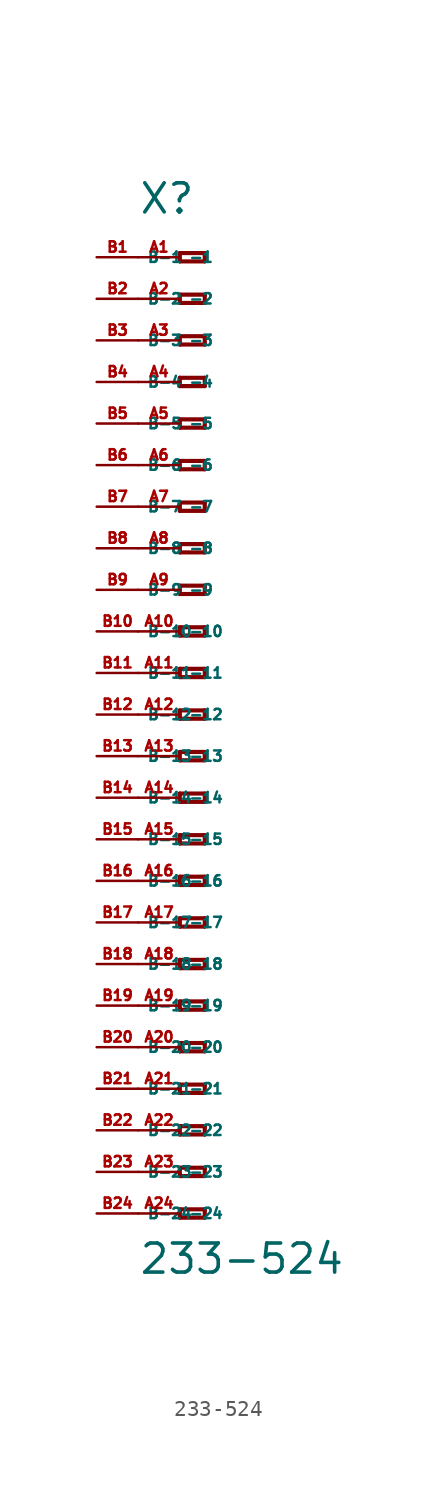
<source format=kicad_sym>
(kicad_symbol_lib
  (version 20220914)
  (generator Eagle2Kicad)
  (symbol "233-524"
    (property "Reference" "X"
      (at -5.08 30.48 0)
      (effects (font (size 1.778 1.778) (thickness 0.22)) (justify left bottom)))
    (property "Value" "233-524"
      (at -5.08 -34.29 0)
      (effects (font (size 1.778 1.778) (thickness 0.22)) (justify left bottom)))
    (polyline
      (pts (xy -2.54 28.194) (xy -2.54 27.686))
      (stroke (width 0.254) (type default))
      (fill (type none)))
    (polyline
      (pts (xy -2.54 27.686) (xy -1.016 27.686))
      (stroke (width 0.254) (type default))
      (fill (type none)))
    (polyline
      (pts (xy -1.016 27.686) (xy -1.016 28.194))
      (stroke (width 0.254) (type default))
      (fill (type none)))
    (polyline
      (pts (xy -1.016 28.194) (xy -2.54 28.194))
      (stroke (width 0.254) (type default))
      (fill (type none)))
    (polyline
      (pts (xy -2.54 25.654) (xy -2.54 25.146))
      (stroke (width 0.254) (type default))
      (fill (type none)))
    (polyline
      (pts (xy -2.54 25.146) (xy -1.016 25.146))
      (stroke (width 0.254) (type default))
      (fill (type none)))
    (polyline
      (pts (xy -1.016 25.146) (xy -1.016 25.654))
      (stroke (width 0.254) (type default))
      (fill (type none)))
    (polyline
      (pts (xy -1.016 25.654) (xy -2.54 25.654))
      (stroke (width 0.254) (type default))
      (fill (type none)))
    (polyline
      (pts (xy -2.54 23.114) (xy -2.54 22.606))
      (stroke (width 0.254) (type default))
      (fill (type none)))
    (polyline
      (pts (xy -2.54 22.606) (xy -1.016 22.606))
      (stroke (width 0.254) (type default))
      (fill (type none)))
    (polyline
      (pts (xy -1.016 22.606) (xy -1.016 23.114))
      (stroke (width 0.254) (type default))
      (fill (type none)))
    (polyline
      (pts (xy -1.016 23.114) (xy -2.54 23.114))
      (stroke (width 0.254) (type default))
      (fill (type none)))
    (polyline
      (pts (xy -2.54 20.574) (xy -2.54 20.066))
      (stroke (width 0.254) (type default))
      (fill (type none)))
    (polyline
      (pts (xy -2.54 20.066) (xy -1.016 20.066))
      (stroke (width 0.254) (type default))
      (fill (type none)))
    (polyline
      (pts (xy -1.016 20.066) (xy -1.016 20.574))
      (stroke (width 0.254) (type default))
      (fill (type none)))
    (polyline
      (pts (xy -1.016 20.574) (xy -2.54 20.574))
      (stroke (width 0.254) (type default))
      (fill (type none)))
    (polyline
      (pts (xy -2.54 18.034) (xy -2.54 17.526))
      (stroke (width 0.254) (type default))
      (fill (type none)))
    (polyline
      (pts (xy -2.54 17.526) (xy -1.016 17.526))
      (stroke (width 0.254) (type default))
      (fill (type none)))
    (polyline
      (pts (xy -1.016 17.526) (xy -1.016 18.034))
      (stroke (width 0.254) (type default))
      (fill (type none)))
    (polyline
      (pts (xy -1.016 18.034) (xy -2.54 18.034))
      (stroke (width 0.254) (type default))
      (fill (type none)))
    (polyline
      (pts (xy -2.54 15.494) (xy -2.54 14.986))
      (stroke (width 0.254) (type default))
      (fill (type none)))
    (polyline
      (pts (xy -2.54 14.986) (xy -1.016 14.986))
      (stroke (width 0.254) (type default))
      (fill (type none)))
    (polyline
      (pts (xy -1.016 14.986) (xy -1.016 15.494))
      (stroke (width 0.254) (type default))
      (fill (type none)))
    (polyline
      (pts (xy -1.016 15.494) (xy -2.54 15.494))
      (stroke (width 0.254) (type default))
      (fill (type none)))
    (polyline
      (pts (xy -2.54 12.954) (xy -2.54 12.446))
      (stroke (width 0.254) (type default))
      (fill (type none)))
    (polyline
      (pts (xy -2.54 12.446) (xy -1.016 12.446))
      (stroke (width 0.254) (type default))
      (fill (type none)))
    (polyline
      (pts (xy -1.016 12.446) (xy -1.016 12.954))
      (stroke (width 0.254) (type default))
      (fill (type none)))
    (polyline
      (pts (xy -1.016 12.954) (xy -2.54 12.954))
      (stroke (width 0.254) (type default))
      (fill (type none)))
    (polyline
      (pts (xy -2.54 10.414) (xy -2.54 9.906))
      (stroke (width 0.254) (type default))
      (fill (type none)))
    (polyline
      (pts (xy -2.54 9.906) (xy -1.016 9.906))
      (stroke (width 0.254) (type default))
      (fill (type none)))
    (polyline
      (pts (xy -1.016 9.906) (xy -1.016 10.414))
      (stroke (width 0.254) (type default))
      (fill (type none)))
    (polyline
      (pts (xy -1.016 10.414) (xy -2.54 10.414))
      (stroke (width 0.254) (type default))
      (fill (type none)))
    (polyline
      (pts (xy -2.54 7.874) (xy -2.54 7.366))
      (stroke (width 0.254) (type default))
      (fill (type none)))
    (polyline
      (pts (xy -2.54 7.366) (xy -1.016 7.366))
      (stroke (width 0.254) (type default))
      (fill (type none)))
    (polyline
      (pts (xy -1.016 7.366) (xy -1.016 7.874))
      (stroke (width 0.254) (type default))
      (fill (type none)))
    (polyline
      (pts (xy -1.016 7.874) (xy -2.54 7.874))
      (stroke (width 0.254) (type default))
      (fill (type none)))
    (polyline
      (pts (xy -2.54 5.334) (xy -2.54 4.826))
      (stroke (width 0.254) (type default))
      (fill (type none)))
    (polyline
      (pts (xy -2.54 4.826) (xy -1.016 4.826))
      (stroke (width 0.254) (type default))
      (fill (type none)))
    (polyline
      (pts (xy -1.016 4.826) (xy -1.016 5.334))
      (stroke (width 0.254) (type default))
      (fill (type none)))
    (polyline
      (pts (xy -1.016 5.334) (xy -2.54 5.334))
      (stroke (width 0.254) (type default))
      (fill (type none)))
    (polyline
      (pts (xy -2.54 2.794) (xy -2.54 2.286))
      (stroke (width 0.254) (type default))
      (fill (type none)))
    (polyline
      (pts (xy -2.54 2.286) (xy -1.016 2.286))
      (stroke (width 0.254) (type default))
      (fill (type none)))
    (polyline
      (pts (xy -1.016 2.286) (xy -1.016 2.794))
      (stroke (width 0.254) (type default))
      (fill (type none)))
    (polyline
      (pts (xy -1.016 2.794) (xy -2.54 2.794))
      (stroke (width 0.254) (type default))
      (fill (type none)))
    (polyline
      (pts (xy -2.54 0.254) (xy -2.54 -0.254))
      (stroke (width 0.254) (type default))
      (fill (type none)))
    (polyline
      (pts (xy -2.54 -0.254) (xy -1.016 -0.254))
      (stroke (width 0.254) (type default))
      (fill (type none)))
    (polyline
      (pts (xy -1.016 -0.254) (xy -1.016 0.254))
      (stroke (width 0.254) (type default))
      (fill (type none)))
    (polyline
      (pts (xy -1.016 0.254) (xy -2.54 0.254))
      (stroke (width 0.254) (type default))
      (fill (type none)))
    (polyline
      (pts (xy -2.54 -2.286) (xy -2.54 -2.794))
      (stroke (width 0.254) (type default))
      (fill (type none)))
    (polyline
      (pts (xy -2.54 -2.794) (xy -1.016 -2.794))
      (stroke (width 0.254) (type default))
      (fill (type none)))
    (polyline
      (pts (xy -1.016 -2.794) (xy -1.016 -2.286))
      (stroke (width 0.254) (type default))
      (fill (type none)))
    (polyline
      (pts (xy -1.016 -2.286) (xy -2.54 -2.286))
      (stroke (width 0.254) (type default))
      (fill (type none)))
    (polyline
      (pts (xy -2.54 -4.826) (xy -2.54 -5.334))
      (stroke (width 0.254) (type default))
      (fill (type none)))
    (polyline
      (pts (xy -2.54 -5.334) (xy -1.016 -5.334))
      (stroke (width 0.254) (type default))
      (fill (type none)))
    (polyline
      (pts (xy -1.016 -5.334) (xy -1.016 -4.826))
      (stroke (width 0.254) (type default))
      (fill (type none)))
    (polyline
      (pts (xy -1.016 -4.826) (xy -2.54 -4.826))
      (stroke (width 0.254) (type default))
      (fill (type none)))
    (polyline
      (pts (xy -2.54 -7.366) (xy -2.54 -7.874))
      (stroke (width 0.254) (type default))
      (fill (type none)))
    (polyline
      (pts (xy -2.54 -7.874) (xy -1.016 -7.874))
      (stroke (width 0.254) (type default))
      (fill (type none)))
    (polyline
      (pts (xy -1.016 -7.874) (xy -1.016 -7.366))
      (stroke (width 0.254) (type default))
      (fill (type none)))
    (polyline
      (pts (xy -1.016 -7.366) (xy -2.54 -7.366))
      (stroke (width 0.254) (type default))
      (fill (type none)))
    (polyline
      (pts (xy -2.54 -9.906) (xy -2.54 -10.414))
      (stroke (width 0.254) (type default))
      (fill (type none)))
    (polyline
      (pts (xy -2.54 -10.414) (xy -1.016 -10.414))
      (stroke (width 0.254) (type default))
      (fill (type none)))
    (polyline
      (pts (xy -1.016 -10.414) (xy -1.016 -9.906))
      (stroke (width 0.254) (type default))
      (fill (type none)))
    (polyline
      (pts (xy -1.016 -9.906) (xy -2.54 -9.906))
      (stroke (width 0.254) (type default))
      (fill (type none)))
    (polyline
      (pts (xy -2.54 -12.446) (xy -2.54 -12.954))
      (stroke (width 0.254) (type default))
      (fill (type none)))
    (polyline
      (pts (xy -2.54 -12.954) (xy -1.016 -12.954))
      (stroke (width 0.254) (type default))
      (fill (type none)))
    (polyline
      (pts (xy -1.016 -12.954) (xy -1.016 -12.446))
      (stroke (width 0.254) (type default))
      (fill (type none)))
    (polyline
      (pts (xy -1.016 -12.446) (xy -2.54 -12.446))
      (stroke (width 0.254) (type default))
      (fill (type none)))
    (polyline
      (pts (xy -2.54 -14.986) (xy -2.54 -15.494))
      (stroke (width 0.254) (type default))
      (fill (type none)))
    (polyline
      (pts (xy -2.54 -15.494) (xy -1.016 -15.494))
      (stroke (width 0.254) (type default))
      (fill (type none)))
    (polyline
      (pts (xy -1.016 -15.494) (xy -1.016 -14.986))
      (stroke (width 0.254) (type default))
      (fill (type none)))
    (polyline
      (pts (xy -1.016 -14.986) (xy -2.54 -14.986))
      (stroke (width 0.254) (type default))
      (fill (type none)))
    (polyline
      (pts (xy -2.54 -17.526) (xy -2.54 -18.034))
      (stroke (width 0.254) (type default))
      (fill (type none)))
    (polyline
      (pts (xy -2.54 -18.034) (xy -1.016 -18.034))
      (stroke (width 0.254) (type default))
      (fill (type none)))
    (polyline
      (pts (xy -1.016 -18.034) (xy -1.016 -17.526))
      (stroke (width 0.254) (type default))
      (fill (type none)))
    (polyline
      (pts (xy -1.016 -17.526) (xy -2.54 -17.526))
      (stroke (width 0.254) (type default))
      (fill (type none)))
    (polyline
      (pts (xy -2.54 -20.066) (xy -2.54 -20.574))
      (stroke (width 0.254) (type default))
      (fill (type none)))
    (polyline
      (pts (xy -2.54 -20.574) (xy -1.016 -20.574))
      (stroke (width 0.254) (type default))
      (fill (type none)))
    (polyline
      (pts (xy -1.016 -20.574) (xy -1.016 -20.066))
      (stroke (width 0.254) (type default))
      (fill (type none)))
    (polyline
      (pts (xy -1.016 -20.066) (xy -2.54 -20.066))
      (stroke (width 0.254) (type default))
      (fill (type none)))
    (polyline
      (pts (xy -2.54 -22.606) (xy -2.54 -23.114))
      (stroke (width 0.254) (type default))
      (fill (type none)))
    (polyline
      (pts (xy -2.54 -23.114) (xy -1.016 -23.114))
      (stroke (width 0.254) (type default))
      (fill (type none)))
    (polyline
      (pts (xy -1.016 -23.114) (xy -1.016 -22.606))
      (stroke (width 0.254) (type default))
      (fill (type none)))
    (polyline
      (pts (xy -1.016 -22.606) (xy -2.54 -22.606))
      (stroke (width 0.254) (type default))
      (fill (type none)))
    (polyline
      (pts (xy -2.54 -25.146) (xy -2.54 -25.654))
      (stroke (width 0.254) (type default))
      (fill (type none)))
    (polyline
      (pts (xy -2.54 -25.654) (xy -1.016 -25.654))
      (stroke (width 0.254) (type default))
      (fill (type none)))
    (polyline
      (pts (xy -1.016 -25.654) (xy -1.016 -25.146))
      (stroke (width 0.254) (type default))
      (fill (type none)))
    (polyline
      (pts (xy -1.016 -25.146) (xy -2.54 -25.146))
      (stroke (width 0.254) (type default))
      (fill (type none)))
    (polyline
      (pts (xy -2.54 -27.686) (xy -2.54 -28.194))
      (stroke (width 0.254) (type default))
      (fill (type none)))
    (polyline
      (pts (xy -2.54 -28.194) (xy -1.016 -28.194))
      (stroke (width 0.254) (type default))
      (fill (type none)))
    (polyline
      (pts (xy -1.016 -28.194) (xy -1.016 -27.686))
      (stroke (width 0.254) (type default))
      (fill (type none)))
    (polyline
      (pts (xy -1.016 -27.686) (xy -2.54 -27.686))
      (stroke (width 0.254) (type default))
      (fill (type none)))
    (polyline
      (pts (xy -2.54 -30.226) (xy -2.54 -30.734))
      (stroke (width 0.254) (type default))
      (fill (type none)))
    (polyline
      (pts (xy -2.54 -30.734) (xy -1.016 -30.734))
      (stroke (width 0.254) (type default))
      (fill (type none)))
    (polyline
      (pts (xy -1.016 -30.734) (xy -1.016 -30.226))
      (stroke (width 0.254) (type default))
      (fill (type none)))
    (polyline
      (pts (xy -1.016 -30.226) (xy -2.54 -30.226))
      (stroke (width 0.254) (type default))
      (fill (type none)))
    (pin passive line
      (at -5.08 27.94 0)
      (length 2.54)
      (name "-1" (effects (font (size 0.635 0.635) (thickness 0.08)) (justify left bottom)))
      (number "A1" (effects (font (size 0.635 0.635) (thickness 0.08)) (justify left bottom))))
    (pin passive line
      (at -5.08 25.4 0)
      (length 2.54)
      (name "-2" (effects (font (size 0.635 0.635) (thickness 0.08)) (justify left bottom)))
      (number "A2" (effects (font (size 0.635 0.635) (thickness 0.08)) (justify left bottom))))
    (pin passive line
      (at -5.08 22.86 0)
      (length 2.54)
      (name "-3" (effects (font (size 0.635 0.635) (thickness 0.08)) (justify left bottom)))
      (number "A3" (effects (font (size 0.635 0.635) (thickness 0.08)) (justify left bottom))))
    (pin passive line
      (at -5.08 20.32 0)
      (length 2.54)
      (name "-4" (effects (font (size 0.635 0.635) (thickness 0.08)) (justify left bottom)))
      (number "A4" (effects (font (size 0.635 0.635) (thickness 0.08)) (justify left bottom))))
    (pin passive line
      (at -5.08 17.78 0)
      (length 2.54)
      (name "-5" (effects (font (size 0.635 0.635) (thickness 0.08)) (justify left bottom)))
      (number "A5" (effects (font (size 0.635 0.635) (thickness 0.08)) (justify left bottom))))
    (pin passive line
      (at -5.08 15.24 0)
      (length 2.54)
      (name "-6" (effects (font (size 0.635 0.635) (thickness 0.08)) (justify left bottom)))
      (number "A6" (effects (font (size 0.635 0.635) (thickness 0.08)) (justify left bottom))))
    (pin passive line
      (at -5.08 12.7 0)
      (length 2.54)
      (name "-7" (effects (font (size 0.635 0.635) (thickness 0.08)) (justify left bottom)))
      (number "A7" (effects (font (size 0.635 0.635) (thickness 0.08)) (justify left bottom))))
    (pin passive line
      (at -5.08 10.16 0)
      (length 2.54)
      (name "-8" (effects (font (size 0.635 0.635) (thickness 0.08)) (justify left bottom)))
      (number "A8" (effects (font (size 0.635 0.635) (thickness 0.08)) (justify left bottom))))
    (pin passive line
      (at -5.08 7.62 0)
      (length 2.54)
      (name "-9" (effects (font (size 0.635 0.635) (thickness 0.08)) (justify left bottom)))
      (number "A9" (effects (font (size 0.635 0.635) (thickness 0.08)) (justify left bottom))))
    (pin passive line
      (at -5.08 5.08 0)
      (length 2.54)
      (name "-10" (effects (font (size 0.635 0.635) (thickness 0.08)) (justify left bottom)))
      (number "A10" (effects (font (size 0.635 0.635) (thickness 0.08)) (justify left bottom))))
    (pin passive line
      (at -5.08 2.54 0)
      (length 2.54)
      (name "-11" (effects (font (size 0.635 0.635) (thickness 0.08)) (justify left bottom)))
      (number "A11" (effects (font (size 0.635 0.635) (thickness 0.08)) (justify left bottom))))
    (pin passive line
      (at -5.08 0 0)
      (length 2.54)
      (name "-12" (effects (font (size 0.635 0.635) (thickness 0.08)) (justify left bottom)))
      (number "A12" (effects (font (size 0.635 0.635) (thickness 0.08)) (justify left bottom))))
    (pin passive line
      (at -5.08 -2.54 0)
      (length 2.54)
      (name "-13" (effects (font (size 0.635 0.635) (thickness 0.08)) (justify left bottom)))
      (number "A13" (effects (font (size 0.635 0.635) (thickness 0.08)) (justify left bottom))))
    (pin passive line
      (at -5.08 -5.08 0)
      (length 2.54)
      (name "-14" (effects (font (size 0.635 0.635) (thickness 0.08)) (justify left bottom)))
      (number "A14" (effects (font (size 0.635 0.635) (thickness 0.08)) (justify left bottom))))
    (pin passive line
      (at -5.08 -7.62 0)
      (length 2.54)
      (name "-15" (effects (font (size 0.635 0.635) (thickness 0.08)) (justify left bottom)))
      (number "A15" (effects (font (size 0.635 0.635) (thickness 0.08)) (justify left bottom))))
    (pin passive line
      (at -5.08 -10.16 0)
      (length 2.54)
      (name "-16" (effects (font (size 0.635 0.635) (thickness 0.08)) (justify left bottom)))
      (number "A16" (effects (font (size 0.635 0.635) (thickness 0.08)) (justify left bottom))))
    (pin passive line
      (at -5.08 -12.7 0)
      (length 2.54)
      (name "-17" (effects (font (size 0.635 0.635) (thickness 0.08)) (justify left bottom)))
      (number "A17" (effects (font (size 0.635 0.635) (thickness 0.08)) (justify left bottom))))
    (pin passive line
      (at -5.08 -15.24 0)
      (length 2.54)
      (name "-18" (effects (font (size 0.635 0.635) (thickness 0.08)) (justify left bottom)))
      (number "A18" (effects (font (size 0.635 0.635) (thickness 0.08)) (justify left bottom))))
    (pin passive line
      (at -5.08 -17.78 0)
      (length 2.54)
      (name "-19" (effects (font (size 0.635 0.635) (thickness 0.08)) (justify left bottom)))
      (number "A19" (effects (font (size 0.635 0.635) (thickness 0.08)) (justify left bottom))))
    (pin passive line
      (at -5.08 -20.32 0)
      (length 2.54)
      (name "-20" (effects (font (size 0.635 0.635) (thickness 0.08)) (justify left bottom)))
      (number "A20" (effects (font (size 0.635 0.635) (thickness 0.08)) (justify left bottom))))
    (pin passive line
      (at -5.08 -22.86 0)
      (length 2.54)
      (name "-21" (effects (font (size 0.635 0.635) (thickness 0.08)) (justify left bottom)))
      (number "A21" (effects (font (size 0.635 0.635) (thickness 0.08)) (justify left bottom))))
    (pin passive line
      (at -5.08 -25.4 0)
      (length 2.54)
      (name "-22" (effects (font (size 0.635 0.635) (thickness 0.08)) (justify left bottom)))
      (number "A22" (effects (font (size 0.635 0.635) (thickness 0.08)) (justify left bottom))))
    (pin passive line
      (at -5.08 -27.94 0)
      (length 2.54)
      (name "-23" (effects (font (size 0.635 0.635) (thickness 0.08)) (justify left bottom)))
      (number "A23" (effects (font (size 0.635 0.635) (thickness 0.08)) (justify left bottom))))
    (pin passive line
      (at -5.08 -30.48 0)
      (length 2.54)
      (name "-24" (effects (font (size 0.635 0.635) (thickness 0.08)) (justify left bottom)))
      (number "A24" (effects (font (size 0.635 0.635) (thickness 0.08)) (justify left bottom))))
    (pin passive line
      (at -7.62 -30.48 0)
      (length 2.54)
      (name "B-24" (effects (font (size 0.635 0.635) (thickness 0.08)) (justify left bottom)))
      (number "B24" (effects (font (size 0.635 0.635) (thickness 0.08)) (justify left bottom))))
    (pin passive line
      (at -7.62 27.94 0)
      (length 2.54)
      (name "B-1" (effects (font (size 0.635 0.635) (thickness 0.08)) (justify left bottom)))
      (number "B1" (effects (font (size 0.635 0.635) (thickness 0.08)) (justify left bottom))))
    (pin passive line
      (at -7.62 25.4 0)
      (length 2.54)
      (name "B-2" (effects (font (size 0.635 0.635) (thickness 0.08)) (justify left bottom)))
      (number "B2" (effects (font (size 0.635 0.635) (thickness 0.08)) (justify left bottom))))
    (pin passive line
      (at -7.62 22.86 0)
      (length 2.54)
      (name "B-3" (effects (font (size 0.635 0.635) (thickness 0.08)) (justify left bottom)))
      (number "B3" (effects (font (size 0.635 0.635) (thickness 0.08)) (justify left bottom))))
    (pin passive line
      (at -7.62 20.32 0)
      (length 2.54)
      (name "B-4" (effects (font (size 0.635 0.635) (thickness 0.08)) (justify left bottom)))
      (number "B4" (effects (font (size 0.635 0.635) (thickness 0.08)) (justify left bottom))))
    (pin passive line
      (at -7.62 17.78 0)
      (length 2.54)
      (name "B-5" (effects (font (size 0.635 0.635) (thickness 0.08)) (justify left bottom)))
      (number "B5" (effects (font (size 0.635 0.635) (thickness 0.08)) (justify left bottom))))
    (pin passive line
      (at -7.62 15.24 0)
      (length 2.54)
      (name "B-6" (effects (font (size 0.635 0.635) (thickness 0.08)) (justify left bottom)))
      (number "B6" (effects (font (size 0.635 0.635) (thickness 0.08)) (justify left bottom))))
    (pin passive line
      (at -7.62 12.7 0)
      (length 2.54)
      (name "B-7" (effects (font (size 0.635 0.635) (thickness 0.08)) (justify left bottom)))
      (number "B7" (effects (font (size 0.635 0.635) (thickness 0.08)) (justify left bottom))))
    (pin passive line
      (at -7.62 10.16 0)
      (length 2.54)
      (name "B-8" (effects (font (size 0.635 0.635) (thickness 0.08)) (justify left bottom)))
      (number "B8" (effects (font (size 0.635 0.635) (thickness 0.08)) (justify left bottom))))
    (pin passive line
      (at -7.62 7.62 0)
      (length 2.54)
      (name "B-9" (effects (font (size 0.635 0.635) (thickness 0.08)) (justify left bottom)))
      (number "B9" (effects (font (size 0.635 0.635) (thickness 0.08)) (justify left bottom))))
    (pin passive line
      (at -7.62 5.08 0)
      (length 2.54)
      (name "B-10" (effects (font (size 0.635 0.635) (thickness 0.08)) (justify left bottom)))
      (number "B10" (effects (font (size 0.635 0.635) (thickness 0.08)) (justify left bottom))))
    (pin passive line
      (at -7.62 2.54 0)
      (length 2.54)
      (name "B-11" (effects (font (size 0.635 0.635) (thickness 0.08)) (justify left bottom)))
      (number "B11" (effects (font (size 0.635 0.635) (thickness 0.08)) (justify left bottom))))
    (pin passive line
      (at -7.62 0 0)
      (length 2.54)
      (name "B-12" (effects (font (size 0.635 0.635) (thickness 0.08)) (justify left bottom)))
      (number "B12" (effects (font (size 0.635 0.635) (thickness 0.08)) (justify left bottom))))
    (pin passive line
      (at -7.62 -2.54 0)
      (length 2.54)
      (name "B-13" (effects (font (size 0.635 0.635) (thickness 0.08)) (justify left bottom)))
      (number "B13" (effects (font (size 0.635 0.635) (thickness 0.08)) (justify left bottom))))
    (pin passive line
      (at -7.62 -5.08 0)
      (length 2.54)
      (name "B-14" (effects (font (size 0.635 0.635) (thickness 0.08)) (justify left bottom)))
      (number "B14" (effects (font (size 0.635 0.635) (thickness 0.08)) (justify left bottom))))
    (pin passive line
      (at -7.62 -7.62 0)
      (length 2.54)
      (name "B-15" (effects (font (size 0.635 0.635) (thickness 0.08)) (justify left bottom)))
      (number "B15" (effects (font (size 0.635 0.635) (thickness 0.08)) (justify left bottom))))
    (pin passive line
      (at -7.62 -10.16 0)
      (length 2.54)
      (name "B-16" (effects (font (size 0.635 0.635) (thickness 0.08)) (justify left bottom)))
      (number "B16" (effects (font (size 0.635 0.635) (thickness 0.08)) (justify left bottom))))
    (pin passive line
      (at -7.62 -12.7 0)
      (length 2.54)
      (name "B-17" (effects (font (size 0.635 0.635) (thickness 0.08)) (justify left bottom)))
      (number "B17" (effects (font (size 0.635 0.635) (thickness 0.08)) (justify left bottom))))
    (pin passive line
      (at -7.62 -15.24 0)
      (length 2.54)
      (name "B-18" (effects (font (size 0.635 0.635) (thickness 0.08)) (justify left bottom)))
      (number "B18" (effects (font (size 0.635 0.635) (thickness 0.08)) (justify left bottom))))
    (pin passive line
      (at -7.62 -17.78 0)
      (length 2.54)
      (name "B-19" (effects (font (size 0.635 0.635) (thickness 0.08)) (justify left bottom)))
      (number "B19" (effects (font (size 0.635 0.635) (thickness 0.08)) (justify left bottom))))
    (pin passive line
      (at -7.62 -20.32 0)
      (length 2.54)
      (name "B-20" (effects (font (size 0.635 0.635) (thickness 0.08)) (justify left bottom)))
      (number "B20" (effects (font (size 0.635 0.635) (thickness 0.08)) (justify left bottom))))
    (pin passive line
      (at -7.62 -22.86 0)
      (length 2.54)
      (name "B-21" (effects (font (size 0.635 0.635) (thickness 0.08)) (justify left bottom)))
      (number "B21" (effects (font (size 0.635 0.635) (thickness 0.08)) (justify left bottom))))
    (pin passive line
      (at -7.62 -25.4 0)
      (length 2.54)
      (name "B-22" (effects (font (size 0.635 0.635) (thickness 0.08)) (justify left bottom)))
      (number "B22" (effects (font (size 0.635 0.635) (thickness 0.08)) (justify left bottom))))
    (pin passive line
      (at -7.62 -27.94 0)
      (length 2.54)
      (name "B-23" (effects (font (size 0.635 0.635) (thickness 0.08)) (justify left bottom)))
      (number "B23" (effects (font (size 0.635 0.635) (thickness 0.08)) (justify left bottom))))))
</source>
